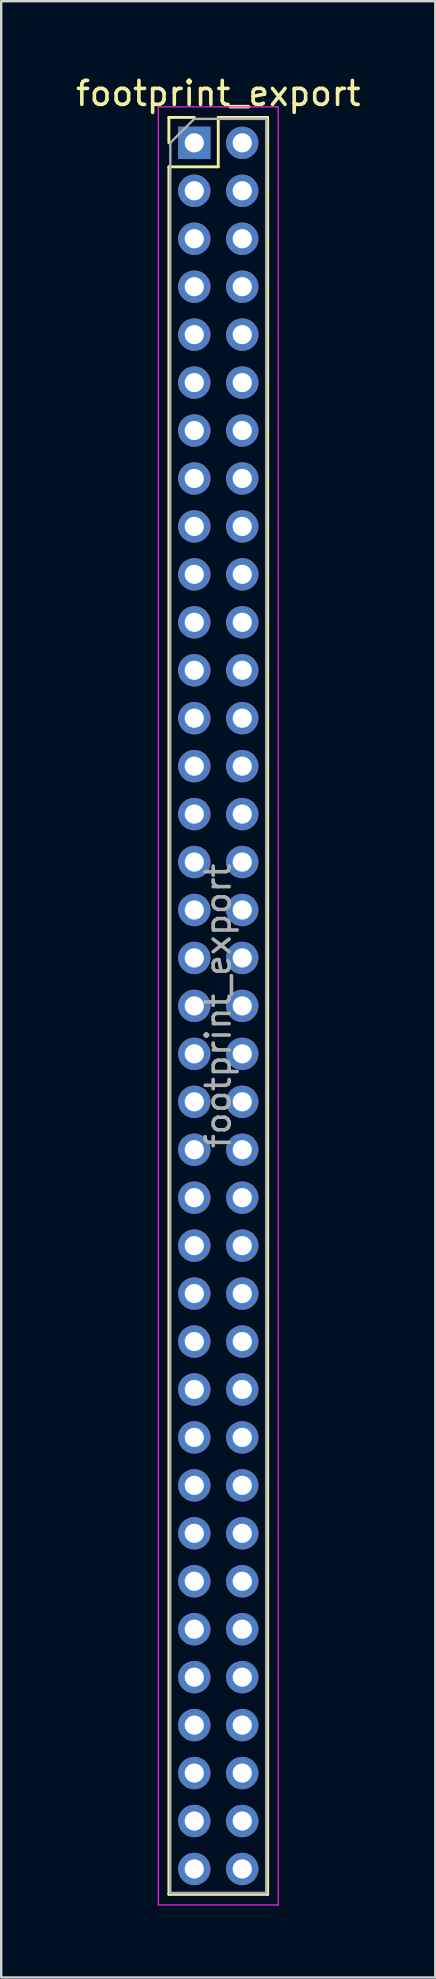
<source format=kicad_pcb>
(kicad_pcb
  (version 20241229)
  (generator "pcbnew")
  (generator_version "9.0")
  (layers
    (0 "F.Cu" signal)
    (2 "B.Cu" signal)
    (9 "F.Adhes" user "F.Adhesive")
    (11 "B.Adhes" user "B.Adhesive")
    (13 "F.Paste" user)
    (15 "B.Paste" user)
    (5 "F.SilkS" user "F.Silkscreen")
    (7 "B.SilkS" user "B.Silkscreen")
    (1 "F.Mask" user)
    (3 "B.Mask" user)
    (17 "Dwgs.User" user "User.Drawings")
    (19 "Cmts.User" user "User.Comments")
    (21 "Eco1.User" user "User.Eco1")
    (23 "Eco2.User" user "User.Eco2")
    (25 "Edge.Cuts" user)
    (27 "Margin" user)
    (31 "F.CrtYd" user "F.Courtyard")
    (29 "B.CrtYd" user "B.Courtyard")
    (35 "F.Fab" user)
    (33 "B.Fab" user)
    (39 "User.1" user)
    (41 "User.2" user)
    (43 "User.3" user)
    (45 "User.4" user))
  (footprint "footprint_export"
    (layer "F.Cu")
    (at 5.054 2.908)
    (property "Reference" "footprint_export" (at 1 -2.06 0) (layer "F.SilkS") (effects (font (size 1 1) (thickness 0.15))))
    (attr through_hole)
    (fp_line (start -1.06 -1.06) (end 0 -1.06) (stroke (width 0.12) (type solid)) (layer "F.SilkS"))
    (fp_line (start -1.06 0) (end -1.06 -1.06) (stroke (width 0.12) (type solid)) (layer "F.SilkS"))
    (fp_line (start -1.06 1) (end -1.06 73.06) (stroke (width 0.12) (type solid)) (layer "F.SilkS"))
    (fp_line (start -1.06 1) (end 1 1) (stroke (width 0.12) (type solid)) (layer "F.SilkS"))
    (fp_line (start -1.06 73.06) (end 3.06 73.06) (stroke (width 0.12) (type solid)) (layer "F.SilkS"))
    (fp_line (start 1 -1.06) (end 3.06 -1.06) (stroke (width 0.12) (type solid)) (layer "F.SilkS"))
    (fp_line (start 1 1) (end 1 -1.06) (stroke (width 0.12) (type solid)) (layer "F.SilkS"))
    (fp_line (start 3.06 -1.06) (end 3.06 73.06) (stroke (width 0.12) (type solid)) (layer "F.SilkS"))
    (fp_line (start -1.5 -1.5) (end -1.5 73.5) (stroke (width 0.05) (type solid)) (layer "F.CrtYd"))
    (fp_line (start -1.5 73.5) (end 3.5 73.5) (stroke (width 0.05) (type solid)) (layer "F.CrtYd"))
    (fp_line (start 3.5 -1.5) (end -1.5 -1.5) (stroke (width 0.05) (type solid)) (layer "F.CrtYd"))
    (fp_line (start 3.5 73.5) (end 3.5 -1.5) (stroke (width 0.05) (type solid)) (layer "F.CrtYd"))
    (fp_line (start -1 0) (end 0 -1) (stroke (width 0.1) (type solid)) (layer "F.Fab"))
    (fp_line (start -1 73) (end -1 0) (stroke (width 0.1) (type solid)) (layer "F.Fab"))
    (fp_line (start 0 -1) (end 3 -1) (stroke (width 0.1) (type solid)) (layer "F.Fab"))
    (fp_line (start 3 -1) (end 3 73) (stroke (width 0.1) (type solid)) (layer "F.Fab"))
    (fp_line (start 3 73) (end -1 73) (stroke (width 0.1) (type solid)) (layer "F.Fab"))
    (fp_text user "${REFERENCE}" (at 1 36 90) (layer "F.Fab") (effects (font (size 1 1) (thickness 0.15))))
    (pad "1" thru_hole rect (at 0 0) (size 1.35 1.35) (drill 0.8) (layers "*.Cu" "*.Mask"))
    (pad "2" thru_hole oval (at 2 0) (size 1.35 1.35) (drill 0.8) (layers "*.Cu" "*.Mask"))
    (pad "3" thru_hole oval (at 0 2) (size 1.35 1.35) (drill 0.8) (layers "*.Cu" "*.Mask"))
    (pad "4" thru_hole oval (at 2 2) (size 1.35 1.35) (drill 0.8) (layers "*.Cu" "*.Mask"))
    (pad "5" thru_hole oval (at 0 4) (size 1.35 1.35) (drill 0.8) (layers "*.Cu" "*.Mask"))
    (pad "6" thru_hole oval (at 2 4) (size 1.35 1.35) (drill 0.8) (layers "*.Cu" "*.Mask"))
    (pad "7" thru_hole oval (at 0 6) (size 1.35 1.35) (drill 0.8) (layers "*.Cu" "*.Mask"))
    (pad "8" thru_hole oval (at 2 6) (size 1.35 1.35) (drill 0.8) (layers "*.Cu" "*.Mask"))
    (pad "9" thru_hole oval (at 0 8) (size 1.35 1.35) (drill 0.8) (layers "*.Cu" "*.Mask"))
    (pad "10" thru_hole oval (at 2 8) (size 1.35 1.35) (drill 0.8) (layers "*.Cu" "*.Mask"))
    (pad "11" thru_hole oval (at 0 10) (size 1.35 1.35) (drill 0.8) (layers "*.Cu" "*.Mask"))
    (pad "12" thru_hole oval (at 2 10) (size 1.35 1.35) (drill 0.8) (layers "*.Cu" "*.Mask"))
    (pad "13" thru_hole oval (at 0 12) (size 1.35 1.35) (drill 0.8) (layers "*.Cu" "*.Mask"))
    (pad "14" thru_hole oval (at 2 12) (size 1.35 1.35) (drill 0.8) (layers "*.Cu" "*.Mask"))
    (pad "15" thru_hole oval (at 0 14) (size 1.35 1.35) (drill 0.8) (layers "*.Cu" "*.Mask"))
    (pad "16" thru_hole oval (at 2 14) (size 1.35 1.35) (drill 0.8) (layers "*.Cu" "*.Mask"))
    (pad "17" thru_hole oval (at 0 16) (size 1.35 1.35) (drill 0.8) (layers "*.Cu" "*.Mask"))
    (pad "18" thru_hole oval (at 2 16) (size 1.35 1.35) (drill 0.8) (layers "*.Cu" "*.Mask"))
    (pad "19" thru_hole oval (at 0 18) (size 1.35 1.35) (drill 0.8) (layers "*.Cu" "*.Mask"))
    (pad "20" thru_hole oval (at 2 18) (size 1.35 1.35) (drill 0.8) (layers "*.Cu" "*.Mask"))
    (pad "21" thru_hole oval (at 0 20) (size 1.35 1.35) (drill 0.8) (layers "*.Cu" "*.Mask"))
    (pad "22" thru_hole oval (at 2 20) (size 1.35 1.35) (drill 0.8) (layers "*.Cu" "*.Mask"))
    (pad "23" thru_hole oval (at 0 22) (size 1.35 1.35) (drill 0.8) (layers "*.Cu" "*.Mask"))
    (pad "24" thru_hole oval (at 2 22) (size 1.35 1.35) (drill 0.8) (layers "*.Cu" "*.Mask"))
    (pad "25" thru_hole oval (at 0 24) (size 1.35 1.35) (drill 0.8) (layers "*.Cu" "*.Mask"))
    (pad "26" thru_hole oval (at 2 24) (size 1.35 1.35) (drill 0.8) (layers "*.Cu" "*.Mask"))
    (pad "27" thru_hole oval (at 0 26) (size 1.35 1.35) (drill 0.8) (layers "*.Cu" "*.Mask"))
    (pad "28" thru_hole oval (at 2 26) (size 1.35 1.35) (drill 0.8) (layers "*.Cu" "*.Mask"))
    (pad "29" thru_hole oval (at 0 28) (size 1.35 1.35) (drill 0.8) (layers "*.Cu" "*.Mask"))
    (pad "30" thru_hole oval (at 2 28) (size 1.35 1.35) (drill 0.8) (layers "*.Cu" "*.Mask"))
    (pad "31" thru_hole oval (at 0 30) (size 1.35 1.35) (drill 0.8) (layers "*.Cu" "*.Mask"))
    (pad "32" thru_hole oval (at 2 30) (size 1.35 1.35) (drill 0.8) (layers "*.Cu" "*.Mask"))
    (pad "33" thru_hole oval (at 0 32) (size 1.35 1.35) (drill 0.8) (layers "*.Cu" "*.Mask"))
    (pad "34" thru_hole oval (at 2 32) (size 1.35 1.35) (drill 0.8) (layers "*.Cu" "*.Mask"))
    (pad "35" thru_hole oval (at 0 34) (size 1.35 1.35) (drill 0.8) (layers "*.Cu" "*.Mask"))
    (pad "36" thru_hole oval (at 2 34) (size 1.35 1.35) (drill 0.8) (layers "*.Cu" "*.Mask"))
    (pad "37" thru_hole oval (at 0 36) (size 1.35 1.35) (drill 0.8) (layers "*.Cu" "*.Mask"))
    (pad "38" thru_hole oval (at 2 36) (size 1.35 1.35) (drill 0.8) (layers "*.Cu" "*.Mask"))
    (pad "39" thru_hole oval (at 0 38) (size 1.35 1.35) (drill 0.8) (layers "*.Cu" "*.Mask"))
    (pad "40" thru_hole oval (at 2 38) (size 1.35 1.35) (drill 0.8) (layers "*.Cu" "*.Mask"))
    (pad "41" thru_hole oval (at 0 40) (size 1.35 1.35) (drill 0.8) (layers "*.Cu" "*.Mask"))
    (pad "42" thru_hole oval (at 2 40) (size 1.35 1.35) (drill 0.8) (layers "*.Cu" "*.Mask"))
    (pad "43" thru_hole oval (at 0 42) (size 1.35 1.35) (drill 0.8) (layers "*.Cu" "*.Mask"))
    (pad "44" thru_hole oval (at 2 42) (size 1.35 1.35) (drill 0.8) (layers "*.Cu" "*.Mask"))
    (pad "45" thru_hole oval (at 0 44) (size 1.35 1.35) (drill 0.8) (layers "*.Cu" "*.Mask"))
    (pad "46" thru_hole oval (at 2 44) (size 1.35 1.35) (drill 0.8) (layers "*.Cu" "*.Mask"))
    (pad "47" thru_hole oval (at 0 46) (size 1.35 1.35) (drill 0.8) (layers "*.Cu" "*.Mask"))
    (pad "48" thru_hole oval (at 2 46) (size 1.35 1.35) (drill 0.8) (layers "*.Cu" "*.Mask"))
    (pad "49" thru_hole oval (at 0 48) (size 1.35 1.35) (drill 0.8) (layers "*.Cu" "*.Mask"))
    (pad "50" thru_hole oval (at 2 48) (size 1.35 1.35) (drill 0.8) (layers "*.Cu" "*.Mask"))
    (pad "51" thru_hole oval (at 0 50) (size 1.35 1.35) (drill 0.8) (layers "*.Cu" "*.Mask"))
    (pad "52" thru_hole oval (at 2 50) (size 1.35 1.35) (drill 0.8) (layers "*.Cu" "*.Mask"))
    (pad "53" thru_hole oval (at 0 52) (size 1.35 1.35) (drill 0.8) (layers "*.Cu" "*.Mask"))
    (pad "54" thru_hole oval (at 2 52) (size 1.35 1.35) (drill 0.8) (layers "*.Cu" "*.Mask"))
    (pad "55" thru_hole oval (at 0 54) (size 1.35 1.35) (drill 0.8) (layers "*.Cu" "*.Mask"))
    (pad "56" thru_hole oval (at 2 54) (size 1.35 1.35) (drill 0.8) (layers "*.Cu" "*.Mask"))
    (pad "57" thru_hole oval (at 0 56) (size 1.35 1.35) (drill 0.8) (layers "*.Cu" "*.Mask"))
    (pad "58" thru_hole oval (at 2 56) (size 1.35 1.35) (drill 0.8) (layers "*.Cu" "*.Mask"))
    (pad "59" thru_hole oval (at 0 58) (size 1.35 1.35) (drill 0.8) (layers "*.Cu" "*.Mask"))
    (pad "60" thru_hole oval (at 2 58) (size 1.35 1.35) (drill 0.8) (layers "*.Cu" "*.Mask"))
    (pad "61" thru_hole oval (at 0 60) (size 1.35 1.35) (drill 0.8) (layers "*.Cu" "*.Mask"))
    (pad "62" thru_hole oval (at 2 60) (size 1.35 1.35) (drill 0.8) (layers "*.Cu" "*.Mask"))
    (pad "63" thru_hole oval (at 0 62) (size 1.35 1.35) (drill 0.8) (layers "*.Cu" "*.Mask"))
    (pad "64" thru_hole oval (at 2 62) (size 1.35 1.35) (drill 0.8) (layers "*.Cu" "*.Mask"))
    (pad "65" thru_hole oval (at 0 64) (size 1.35 1.35) (drill 0.8) (layers "*.Cu" "*.Mask"))
    (pad "66" thru_hole oval (at 2 64) (size 1.35 1.35) (drill 0.8) (layers "*.Cu" "*.Mask"))
    (pad "67" thru_hole oval (at 0 66) (size 1.35 1.35) (drill 0.8) (layers "*.Cu" "*.Mask"))
    (pad "68" thru_hole oval (at 2 66) (size 1.35 1.35) (drill 0.8) (layers "*.Cu" "*.Mask"))
    (pad "69" thru_hole oval (at 0 68) (size 1.35 1.35) (drill 0.8) (layers "*.Cu" "*.Mask"))
    (pad "70" thru_hole oval (at 2 68) (size 1.35 1.35) (drill 0.8) (layers "*.Cu" "*.Mask"))
    (pad "71" thru_hole oval (at 0 70) (size 1.35 1.35) (drill 0.8) (layers "*.Cu" "*.Mask"))
    (pad "72" thru_hole oval (at 2 70) (size 1.35 1.35) (drill 0.8) (layers "*.Cu" "*.Mask"))
    (pad "73" thru_hole oval (at 0 72) (size 1.35 1.35) (drill 0.8) (layers "*.Cu" "*.Mask"))
    (pad "74" thru_hole oval (at 2 72) (size 1.35 1.35) (drill 0.8) (layers "*.Cu" "*.Mask")))
  (gr_rect
    (start -3 -3)
    (end 15.107 79.433)
    (stroke (width 0.1) (type default))
    (fill no)
    (layer "Edge.Cuts")))
</source>
